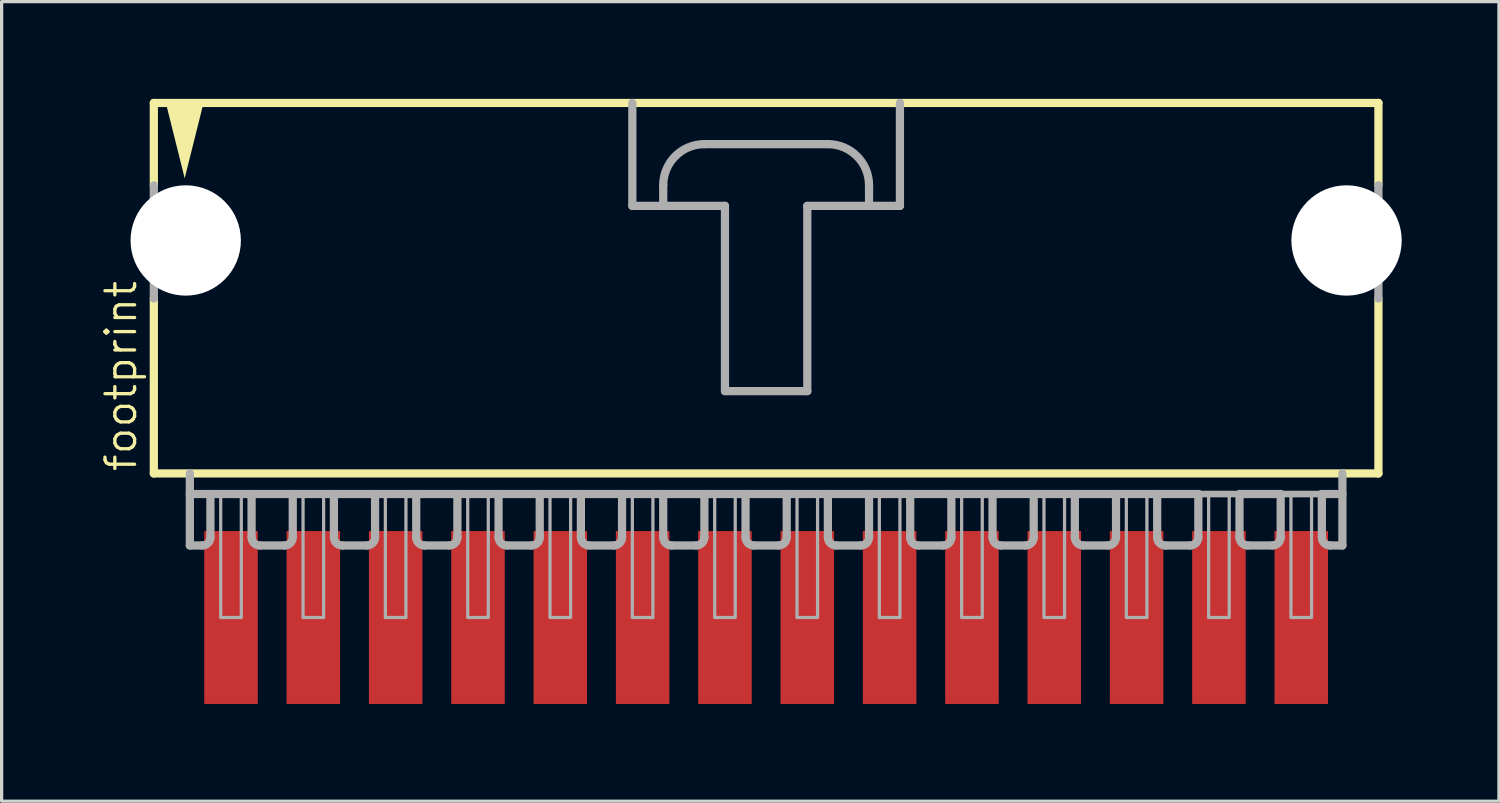
<source format=kicad_pcb>
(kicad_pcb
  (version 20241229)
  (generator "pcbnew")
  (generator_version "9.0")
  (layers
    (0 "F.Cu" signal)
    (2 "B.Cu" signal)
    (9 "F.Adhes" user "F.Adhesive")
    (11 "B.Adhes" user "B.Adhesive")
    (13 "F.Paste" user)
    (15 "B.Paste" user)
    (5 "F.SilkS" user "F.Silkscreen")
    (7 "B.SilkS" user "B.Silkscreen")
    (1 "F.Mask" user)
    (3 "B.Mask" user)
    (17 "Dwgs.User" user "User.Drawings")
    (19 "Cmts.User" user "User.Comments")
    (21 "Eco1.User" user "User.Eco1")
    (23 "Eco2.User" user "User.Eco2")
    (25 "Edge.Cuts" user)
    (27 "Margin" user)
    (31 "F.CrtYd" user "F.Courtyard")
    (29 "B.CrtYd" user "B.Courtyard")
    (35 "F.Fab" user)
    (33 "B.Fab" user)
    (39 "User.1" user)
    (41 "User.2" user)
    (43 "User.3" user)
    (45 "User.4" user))
  (footprint "footprint"
    (layer "F.Cu")
    (at 20.587 5.207)
    (property "Reference" "footprint" (at -19.367 6.35 90) (layer "F.SilkS") (effects (font (size 0.914 0.914) (thickness 0.102)) (justify left bottom)))
    (fp_line (start -18.891 -5.08) (end -18.891 -2.54) (stroke (width 0.254) (type solid)) (layer "F.SilkS"))
    (fp_line (start -18.891 0.953) (end -18.891 6.35) (stroke (width 0.254) (type solid)) (layer "F.SilkS"))
    (fp_line (start -18.891 6.35) (end 18.891 6.35) (stroke (width 0.254) (type solid)) (layer "F.SilkS"))
    (fp_line (start 18.891 -5.08) (end -18.891 -5.08) (stroke (width 0.254) (type solid)) (layer "F.SilkS"))
    (fp_line (start 18.891 -2.54) (end 18.891 -5.08) (stroke (width 0.254) (type solid)) (layer "F.SilkS"))
    (fp_line (start 18.891 6.35) (end 18.891 0.953) (stroke (width 0.254) (type solid)) (layer "F.SilkS"))
    (fp_poly (pts (xy -17.939 -2.756) (xy -18.545 -5.182) (xy -17.332 -5.182)) (stroke (width 0) (type solid)) (fill yes) (layer "F.SilkS"))
    (fp_line (start -18.891 -2.54) (end -18.891 0.953) (stroke (width 0.254) (type solid)) (layer "F.Fab"))
    (fp_line (start -17.78 6.35) (end -17.78 8.572) (stroke (width 0.254) (type solid)) (layer "F.Fab"))
    (fp_line (start -17.78 6.985) (end -17.145 6.985) (stroke (width 0.254) (type solid)) (layer "F.Fab"))
    (fp_line (start -17.399 8.572) (end -17.78 8.572) (stroke (width 0.254) (type solid)) (layer "F.Fab"))
    (fp_line (start -17.145 6.985) (end -17.145 8.319) (stroke (width 0.254) (type solid)) (layer "F.Fab"))
    (fp_line (start -17.145 6.985) (end -15.875 6.985) (stroke (width 0.254) (type solid)) (layer "F.Fab"))
    (fp_line (start -15.875 6.985) (end -15.875 8.319) (stroke (width 0.254) (type solid)) (layer "F.Fab"))
    (fp_line (start -15.875 6.985) (end -14.605 6.985) (stroke (width 0.254) (type solid)) (layer "F.Fab"))
    (fp_line (start -14.859 8.572) (end -15.621 8.572) (stroke (width 0.254) (type solid)) (layer "F.Fab"))
    (fp_line (start -14.605 6.985) (end -14.605 8.319) (stroke (width 0.254) (type solid)) (layer "F.Fab"))
    (fp_line (start -14.605 6.985) (end -13.335 6.985) (stroke (width 0.254) (type solid)) (layer "F.Fab"))
    (fp_line (start -13.335 6.985) (end -13.335 8.319) (stroke (width 0.254) (type solid)) (layer "F.Fab"))
    (fp_line (start -13.335 6.985) (end -12.065 6.985) (stroke (width 0.254) (type solid)) (layer "F.Fab"))
    (fp_line (start -12.319 8.572) (end -13.081 8.572) (stroke (width 0.254) (type solid)) (layer "F.Fab"))
    (fp_line (start -12.065 6.985) (end -12.065 8.319) (stroke (width 0.254) (type solid)) (layer "F.Fab"))
    (fp_line (start -12.065 6.985) (end -10.795 6.985) (stroke (width 0.254) (type solid)) (layer "F.Fab"))
    (fp_line (start -10.795 6.985) (end -10.795 8.319) (stroke (width 0.254) (type solid)) (layer "F.Fab"))
    (fp_line (start -10.795 6.985) (end -9.525 6.985) (stroke (width 0.254) (type solid)) (layer "F.Fab"))
    (fp_line (start -9.779 8.572) (end -10.541 8.572) (stroke (width 0.254) (type solid)) (layer "F.Fab"))
    (fp_line (start -9.525 6.985) (end -9.525 8.319) (stroke (width 0.254) (type solid)) (layer "F.Fab"))
    (fp_line (start -9.525 6.985) (end -8.255 6.985) (stroke (width 0.254) (type solid)) (layer "F.Fab"))
    (fp_line (start -8.255 6.985) (end -8.255 8.319) (stroke (width 0.254) (type solid)) (layer "F.Fab"))
    (fp_line (start -8.255 6.985) (end -6.985 6.985) (stroke (width 0.254) (type solid)) (layer "F.Fab"))
    (fp_line (start -7.239 8.572) (end -8.001 8.572) (stroke (width 0.254) (type solid)) (layer "F.Fab"))
    (fp_line (start -6.985 6.985) (end -6.985 8.319) (stroke (width 0.254) (type solid)) (layer "F.Fab"))
    (fp_line (start -6.985 6.985) (end -5.715 6.985) (stroke (width 0.254) (type solid)) (layer "F.Fab"))
    (fp_line (start -5.715 6.985) (end -5.715 8.319) (stroke (width 0.254) (type solid)) (layer "F.Fab"))
    (fp_line (start -5.715 6.985) (end -4.445 6.985) (stroke (width 0.254) (type solid)) (layer "F.Fab"))
    (fp_line (start -4.699 8.572) (end -5.461 8.572) (stroke (width 0.254) (type solid)) (layer "F.Fab"))
    (fp_line (start -4.445 6.985) (end -4.445 8.319) (stroke (width 0.254) (type solid)) (layer "F.Fab"))
    (fp_line (start -4.445 6.985) (end -3.175 6.985) (stroke (width 0.254) (type solid)) (layer "F.Fab"))
    (fp_line (start -4.128 -5.08) (end -4.128 -1.905) (stroke (width 0.254) (type solid)) (layer "F.Fab"))
    (fp_line (start -4.128 -1.905) (end -3.175 -1.905) (stroke (width 0.254) (type solid)) (layer "F.Fab"))
    (fp_line (start -3.175 -1.905) (end -3.175 -2.54) (stroke (width 0.254) (type solid)) (layer "F.Fab"))
    (fp_line (start -3.175 -1.905) (end -1.27 -1.905) (stroke (width 0.254) (type solid)) (layer "F.Fab"))
    (fp_line (start -3.175 6.985) (end -3.175 8.319) (stroke (width 0.254) (type solid)) (layer "F.Fab"))
    (fp_line (start -3.175 6.985) (end -1.905 6.985) (stroke (width 0.254) (type solid)) (layer "F.Fab"))
    (fp_line (start -2.159 8.572) (end -2.921 8.572) (stroke (width 0.254) (type solid)) (layer "F.Fab"))
    (fp_line (start -1.905 -3.81) (end 1.905 -3.81) (stroke (width 0.254) (type solid)) (layer "F.Fab"))
    (fp_line (start -1.905 6.985) (end -1.905 8.319) (stroke (width 0.254) (type solid)) (layer "F.Fab"))
    (fp_line (start -1.905 6.985) (end -0.635 6.985) (stroke (width 0.254) (type solid)) (layer "F.Fab"))
    (fp_line (start -1.27 -1.905) (end -1.27 3.81) (stroke (width 0.254) (type solid)) (layer "F.Fab"))
    (fp_line (start -1.27 3.81) (end 1.27 3.81) (stroke (width 0.254) (type solid)) (layer "F.Fab"))
    (fp_line (start -0.635 6.985) (end -0.635 8.319) (stroke (width 0.254) (type solid)) (layer "F.Fab"))
    (fp_line (start -0.635 6.985) (end 0.635 6.985) (stroke (width 0.254) (type solid)) (layer "F.Fab"))
    (fp_line (start 0.381 8.572) (end -0.381 8.572) (stroke (width 0.254) (type solid)) (layer "F.Fab"))
    (fp_line (start 0.635 6.985) (end 0.635 8.319) (stroke (width 0.254) (type solid)) (layer "F.Fab"))
    (fp_line (start 0.635 6.985) (end 1.905 6.985) (stroke (width 0.254) (type solid)) (layer "F.Fab"))
    (fp_line (start 1.27 -1.905) (end 3.175 -1.905) (stroke (width 0.254) (type solid)) (layer "F.Fab"))
    (fp_line (start 1.27 3.81) (end 1.27 -1.905) (stroke (width 0.254) (type solid)) (layer "F.Fab"))
    (fp_line (start 1.905 6.985) (end 1.905 8.319) (stroke (width 0.254) (type solid)) (layer "F.Fab"))
    (fp_line (start 1.905 6.985) (end 3.175 6.985) (stroke (width 0.254) (type solid)) (layer "F.Fab"))
    (fp_line (start 2.921 8.572) (end 2.159 8.572) (stroke (width 0.254) (type solid)) (layer "F.Fab"))
    (fp_line (start 3.175 -2.54) (end 3.175 -1.905) (stroke (width 0.254) (type solid)) (layer "F.Fab"))
    (fp_line (start 3.175 -1.905) (end 4.128 -1.905) (stroke (width 0.254) (type solid)) (layer "F.Fab"))
    (fp_line (start 3.175 6.985) (end 3.175 8.319) (stroke (width 0.254) (type solid)) (layer "F.Fab"))
    (fp_line (start 3.175 6.985) (end 4.445 6.985) (stroke (width 0.254) (type solid)) (layer "F.Fab"))
    (fp_line (start 4.128 -1.905) (end 4.128 -5.08) (stroke (width 0.254) (type solid)) (layer "F.Fab"))
    (fp_line (start 4.445 6.985) (end 4.445 8.319) (stroke (width 0.254) (type solid)) (layer "F.Fab"))
    (fp_line (start 4.445 6.985) (end 5.715 6.985) (stroke (width 0.254) (type solid)) (layer "F.Fab"))
    (fp_line (start 5.461 8.572) (end 4.699 8.572) (stroke (width 0.254) (type solid)) (layer "F.Fab"))
    (fp_line (start 5.715 6.985) (end 5.715 8.319) (stroke (width 0.254) (type solid)) (layer "F.Fab"))
    (fp_line (start 5.715 6.985) (end 6.985 6.985) (stroke (width 0.254) (type solid)) (layer "F.Fab"))
    (fp_line (start 6.985 6.985) (end 6.985 8.319) (stroke (width 0.254) (type solid)) (layer "F.Fab"))
    (fp_line (start 6.985 6.985) (end 8.255 6.985) (stroke (width 0.254) (type solid)) (layer "F.Fab"))
    (fp_line (start 8.001 8.572) (end 7.239 8.572) (stroke (width 0.254) (type solid)) (layer "F.Fab"))
    (fp_line (start 8.255 6.985) (end 8.255 8.319) (stroke (width 0.254) (type solid)) (layer "F.Fab"))
    (fp_line (start 8.255 6.985) (end 9.525 6.985) (stroke (width 0.254) (type solid)) (layer "F.Fab"))
    (fp_line (start 9.525 6.985) (end 9.525 8.319) (stroke (width 0.254) (type solid)) (layer "F.Fab"))
    (fp_line (start 9.525 6.985) (end 10.795 6.985) (stroke (width 0.254) (type solid)) (layer "F.Fab"))
    (fp_line (start 9.779 8.572) (end 10.541 8.572) (stroke (width 0.254) (type solid)) (layer "F.Fab"))
    (fp_line (start 10.795 6.985) (end 12.065 6.985) (stroke (width 0.254) (type solid)) (layer "F.Fab"))
    (fp_line (start 10.795 8.319) (end 10.795 6.985) (stroke (width 0.254) (type solid)) (layer "F.Fab"))
    (fp_line (start 12.065 6.985) (end 12.065 8.319) (stroke (width 0.254) (type solid)) (layer "F.Fab"))
    (fp_line (start 12.065 6.985) (end 13.335 6.985) (stroke (width 0.254) (type solid)) (layer "F.Fab"))
    (fp_line (start 12.319 8.572) (end 13.081 8.572) (stroke (width 0.254) (type solid)) (layer "F.Fab"))
    (fp_line (start 13.335 6.985) (end 14.605 6.985) (stroke (width 0.203) (type solid)) (layer "F.Fab"))
    (fp_line (start 13.335 8.319) (end 13.335 6.985) (stroke (width 0.254) (type solid)) (layer "F.Fab"))
    (fp_line (start 14.605 6.985) (end 14.605 8.319) (stroke (width 0.254) (type solid)) (layer "F.Fab"))
    (fp_line (start 14.605 6.985) (end 15.875 6.985) (stroke (width 0.254) (type solid)) (layer "F.Fab"))
    (fp_line (start 14.859 8.572) (end 15.621 8.572) (stroke (width 0.254) (type solid)) (layer "F.Fab"))
    (fp_line (start 15.875 6.985) (end 17.145 6.985) (stroke (width 0.203) (type solid)) (layer "F.Fab"))
    (fp_line (start 15.875 8.319) (end 15.875 6.985) (stroke (width 0.254) (type solid)) (layer "F.Fab"))
    (fp_line (start 17.145 6.985) (end 17.145 8.319) (stroke (width 0.254) (type solid)) (layer "F.Fab"))
    (fp_line (start 17.145 6.985) (end 17.78 6.985) (stroke (width 0.254) (type solid)) (layer "F.Fab"))
    (fp_line (start 17.399 8.572) (end 17.78 8.572) (stroke (width 0.254) (type solid)) (layer "F.Fab"))
    (fp_line (start 17.78 8.572) (end 17.78 6.35) (stroke (width 0.254) (type solid)) (layer "F.Fab"))
    (fp_line (start 18.891 -2.54) (end 18.891 0.953) (stroke (width 0.254) (type solid)) (layer "F.Fab"))
    (fp_arc (start -17.145 8.3185) (mid -17.219395 8.498105) (end -17.399 8.5725) (stroke (width 0.254) (type solid)) (layer "F.Fab"))
    (fp_arc (start -15.621 8.5725) (mid -15.800605 8.498105) (end -15.875 8.3185) (stroke (width 0.254) (type solid)) (layer "F.Fab"))
    (fp_arc (start -14.605 8.3185) (mid -14.679395 8.498105) (end -14.859 8.5725) (stroke (width 0.254) (type solid)) (layer "F.Fab"))
    (fp_arc (start -13.081 8.5725) (mid -13.260605 8.498105) (end -13.335 8.3185) (stroke (width 0.254) (type solid)) (layer "F.Fab"))
    (fp_arc (start -12.065 8.3185) (mid -12.139395 8.498105) (end -12.319 8.5725) (stroke (width 0.254) (type solid)) (layer "F.Fab"))
    (fp_arc (start -10.541 8.5725) (mid -10.720605 8.498105) (end -10.795 8.3185) (stroke (width 0.254) (type solid)) (layer "F.Fab"))
    (fp_arc (start -9.525 8.3185) (mid -9.599395 8.498105) (end -9.779 8.5725) (stroke (width 0.254) (type solid)) (layer "F.Fab"))
    (fp_arc (start -8.001 8.5725) (mid -8.180605 8.498105) (end -8.255 8.3185) (stroke (width 0.254) (type solid)) (layer "F.Fab"))
    (fp_arc (start -6.985 8.3185) (mid -7.059395 8.498105) (end -7.239 8.5725) (stroke (width 0.254) (type solid)) (layer "F.Fab"))
    (fp_arc (start -5.461 8.5725) (mid -5.640605 8.498105) (end -5.715 8.3185) (stroke (width 0.254) (type solid)) (layer "F.Fab"))
    (fp_arc (start -4.445 8.3185) (mid -4.519395 8.498105) (end -4.699 8.5725) (stroke (width 0.254) (type solid)) (layer "F.Fab"))
    (fp_arc (start -3.175 -2.54) (mid -2.803026 -3.438026) (end -1.905 -3.81) (stroke (width 0.254) (type solid)) (layer "F.Fab"))
    (fp_arc (start -2.921 8.5725) (mid -3.100605 8.498105) (end -3.175 8.3185) (stroke (width 0.254) (type solid)) (layer "F.Fab"))
    (fp_arc (start -1.905 8.3185) (mid -1.979395 8.498105) (end -2.159 8.5725) (stroke (width 0.254) (type solid)) (layer "F.Fab"))
    (fp_arc (start -0.381 8.5725) (mid -0.560605 8.498105) (end -0.635 8.3185) (stroke (width 0.254) (type solid)) (layer "F.Fab"))
    (fp_arc (start 0.635 8.3185) (mid 0.560605 8.498105) (end 0.381 8.5725) (stroke (width 0.254) (type solid)) (layer "F.Fab"))
    (fp_arc (start 1.905 -3.81) (mid 2.803026 -3.438026) (end 3.175 -2.54) (stroke (width 0.254) (type solid)) (layer "F.Fab"))
    (fp_arc (start 2.159 8.5725) (mid 1.979395 8.498105) (end 1.905 8.3185) (stroke (width 0.254) (type solid)) (layer "F.Fab"))
    (fp_arc (start 3.175 8.3185) (mid 3.100605 8.498105) (end 2.921 8.5725) (stroke (width 0.254) (type solid)) (layer "F.Fab"))
    (fp_arc (start 4.699 8.5725) (mid 4.519395 8.498105) (end 4.445 8.3185) (stroke (width 0.254) (type solid)) (layer "F.Fab"))
    (fp_arc (start 5.715 8.3185) (mid 5.640605 8.498105) (end 5.461 8.5725) (stroke (width 0.254) (type solid)) (layer "F.Fab"))
    (fp_arc (start 7.239 8.5725) (mid 7.059395 8.498105) (end 6.985 8.3185) (stroke (width 0.254) (type solid)) (layer "F.Fab"))
    (fp_arc (start 8.255 8.3185) (mid 8.180605 8.498105) (end 8.001 8.5725) (stroke (width 0.254) (type solid)) (layer "F.Fab"))
    (fp_arc (start 9.779 8.5725) (mid 9.599395 8.498105) (end 9.525 8.3185) (stroke (width 0.254) (type solid)) (layer "F.Fab"))
    (fp_arc (start 10.795 8.3185) (mid 10.720605 8.498105) (end 10.541 8.5725) (stroke (width 0.254) (type solid)) (layer "F.Fab"))
    (fp_arc (start 12.319 8.5725) (mid 12.139395 8.498105) (end 12.065 8.3185) (stroke (width 0.254) (type solid)) (layer "F.Fab"))
    (fp_arc (start 13.335 8.3185) (mid 13.260605 8.498105) (end 13.081 8.5725) (stroke (width 0.254) (type solid)) (layer "F.Fab"))
    (fp_arc (start 14.859 8.5725) (mid 14.679395 8.498105) (end 14.605 8.3185) (stroke (width 0.254) (type solid)) (layer "F.Fab"))
    (fp_arc (start 15.875 8.3185) (mid 15.800605 8.498105) (end 15.621 8.5725) (stroke (width 0.254) (type solid)) (layer "F.Fab"))
    (fp_arc (start 17.399 8.5725) (mid 17.219395 8.498105) (end 17.145 8.3185) (stroke (width 0.254) (type solid)) (layer "F.Fab"))
    (fp_poly (pts (xy -16.828 10.795) (xy -16.192 10.795) (xy -16.192 6.985) (xy -16.828 6.985)) (stroke (width 0.1) (type solid)) (fill no) (layer "F.Fab"))
    (fp_poly (pts (xy -14.287 10.795) (xy -13.652 10.795) (xy -13.652 6.985) (xy -14.287 6.985)) (stroke (width 0.1) (type solid)) (fill no) (layer "F.Fab"))
    (fp_poly (pts (xy -11.748 10.795) (xy -11.113 10.795) (xy -11.113 6.985) (xy -11.748 6.985)) (stroke (width 0.1) (type solid)) (fill no) (layer "F.Fab"))
    (fp_poly (pts (xy -9.207 10.795) (xy -8.572 10.795) (xy -8.572 6.985) (xy -9.207 6.985)) (stroke (width 0.1) (type solid)) (fill no) (layer "F.Fab"))
    (fp_poly (pts (xy -6.668 10.795) (xy -6.032 10.795) (xy -6.032 6.985) (xy -6.668 6.985)) (stroke (width 0.1) (type solid)) (fill no) (layer "F.Fab"))
    (fp_poly (pts (xy -4.128 10.795) (xy -3.493 10.795) (xy -3.493 6.985) (xy -4.128 6.985)) (stroke (width 0.1) (type solid)) (fill no) (layer "F.Fab"))
    (fp_poly (pts (xy -1.587 10.795) (xy -0.953 10.795) (xy -0.953 6.985) (xy -1.587 6.985)) (stroke (width 0.1) (type solid)) (fill no) (layer "F.Fab"))
    (fp_poly (pts (xy 0.953 10.795) (xy 1.587 10.795) (xy 1.587 6.985) (xy 0.953 6.985)) (stroke (width 0.1) (type solid)) (fill no) (layer "F.Fab"))
    (fp_poly (pts (xy 3.493 10.795) (xy 4.128 10.795) (xy 4.128 6.985) (xy 3.493 6.985)) (stroke (width 0.1) (type solid)) (fill no) (layer "F.Fab"))
    (fp_poly (pts (xy 6.032 10.795) (xy 6.668 10.795) (xy 6.668 6.985) (xy 6.032 6.985)) (stroke (width 0.1) (type solid)) (fill no) (layer "F.Fab"))
    (fp_poly (pts (xy 8.572 10.795) (xy 9.207 10.795) (xy 9.207 6.985) (xy 8.572 6.985)) (stroke (width 0.1) (type solid)) (fill no) (layer "F.Fab"))
    (fp_poly (pts (xy 11.113 10.795) (xy 11.748 10.795) (xy 11.748 6.985) (xy 11.113 6.985)) (stroke (width 0.1) (type solid)) (fill no) (layer "F.Fab"))
    (fp_poly (pts (xy 13.652 10.795) (xy 14.287 10.795) (xy 14.287 6.985) (xy 13.652 6.985)) (stroke (width 0.1) (type solid)) (fill no) (layer "F.Fab"))
    (fp_poly (pts (xy 16.192 10.795) (xy 16.828 10.795) (xy 16.828 6.985) (xy 16.192 6.985)) (stroke (width 0.1) (type solid)) (fill no) (layer "F.Fab"))
    (pad "" np_thru_hole circle (at -17.907 -0.838) (size 3.404 3.404) (drill 3.404) (layers "*.Cu" "*.Mask"))
    (pad "" np_thru_hole circle (at 17.907 -0.838) (size 3.404 3.404) (drill 3.404) (layers "*.Cu" "*.Mask"))
    (pad "1" smd rect (at -16.51 10.795 90) (size 5.334 1.651) (layers "F.Cu" "F.Mask" "F.Paste"))
    (pad "2" smd rect (at -13.97 10.795 90) (size 5.334 1.651) (layers "F.Cu" "F.Mask" "F.Paste"))
    (pad "3" smd rect (at -11.43 10.795 90) (size 5.334 1.651) (layers "F.Cu" "F.Mask" "F.Paste"))
    (pad "4" smd rect (at -8.89 10.795 90) (size 5.334 1.651) (layers "F.Cu" "F.Mask" "F.Paste"))
    (pad "5" smd rect (at -6.35 10.795 90) (size 5.334 1.651) (layers "F.Cu" "F.Mask" "F.Paste"))
    (pad "6" smd rect (at -3.81 10.795 90) (size 5.334 1.651) (layers "F.Cu" "F.Mask" "F.Paste"))
    (pad "7" smd rect (at -1.27 10.795 90) (size 5.334 1.651) (layers "F.Cu" "F.Mask" "F.Paste"))
    (pad "8" smd rect (at 1.27 10.795 90) (size 5.334 1.651) (layers "F.Cu" "F.Mask" "F.Paste"))
    (pad "9" smd rect (at 3.81 10.795 90) (size 5.334 1.651) (layers "F.Cu" "F.Mask" "F.Paste"))
    (pad "10" smd rect (at 6.35 10.795 90) (size 5.334 1.651) (layers "F.Cu" "F.Mask" "F.Paste"))
    (pad "11" smd rect (at 8.89 10.795 90) (size 5.334 1.651) (layers "F.Cu" "F.Mask" "F.Paste"))
    (pad "12" smd rect (at 11.43 10.795 90) (size 5.334 1.651) (layers "F.Cu" "F.Mask" "F.Paste"))
    (pad "13" smd rect (at 13.97 10.795 90) (size 5.334 1.651) (layers "F.Cu" "F.Mask" "F.Paste"))
    (pad "14" smd rect (at 16.51 10.795 90) (size 5.334 1.651) (layers "F.Cu" "F.Mask" "F.Paste")))
  (gr_rect
    (start -3 -3)
    (end 43.196 21.669)
    (stroke (width 0.1) (type default))
    (fill no)
    (layer "Edge.Cuts")))
</source>
